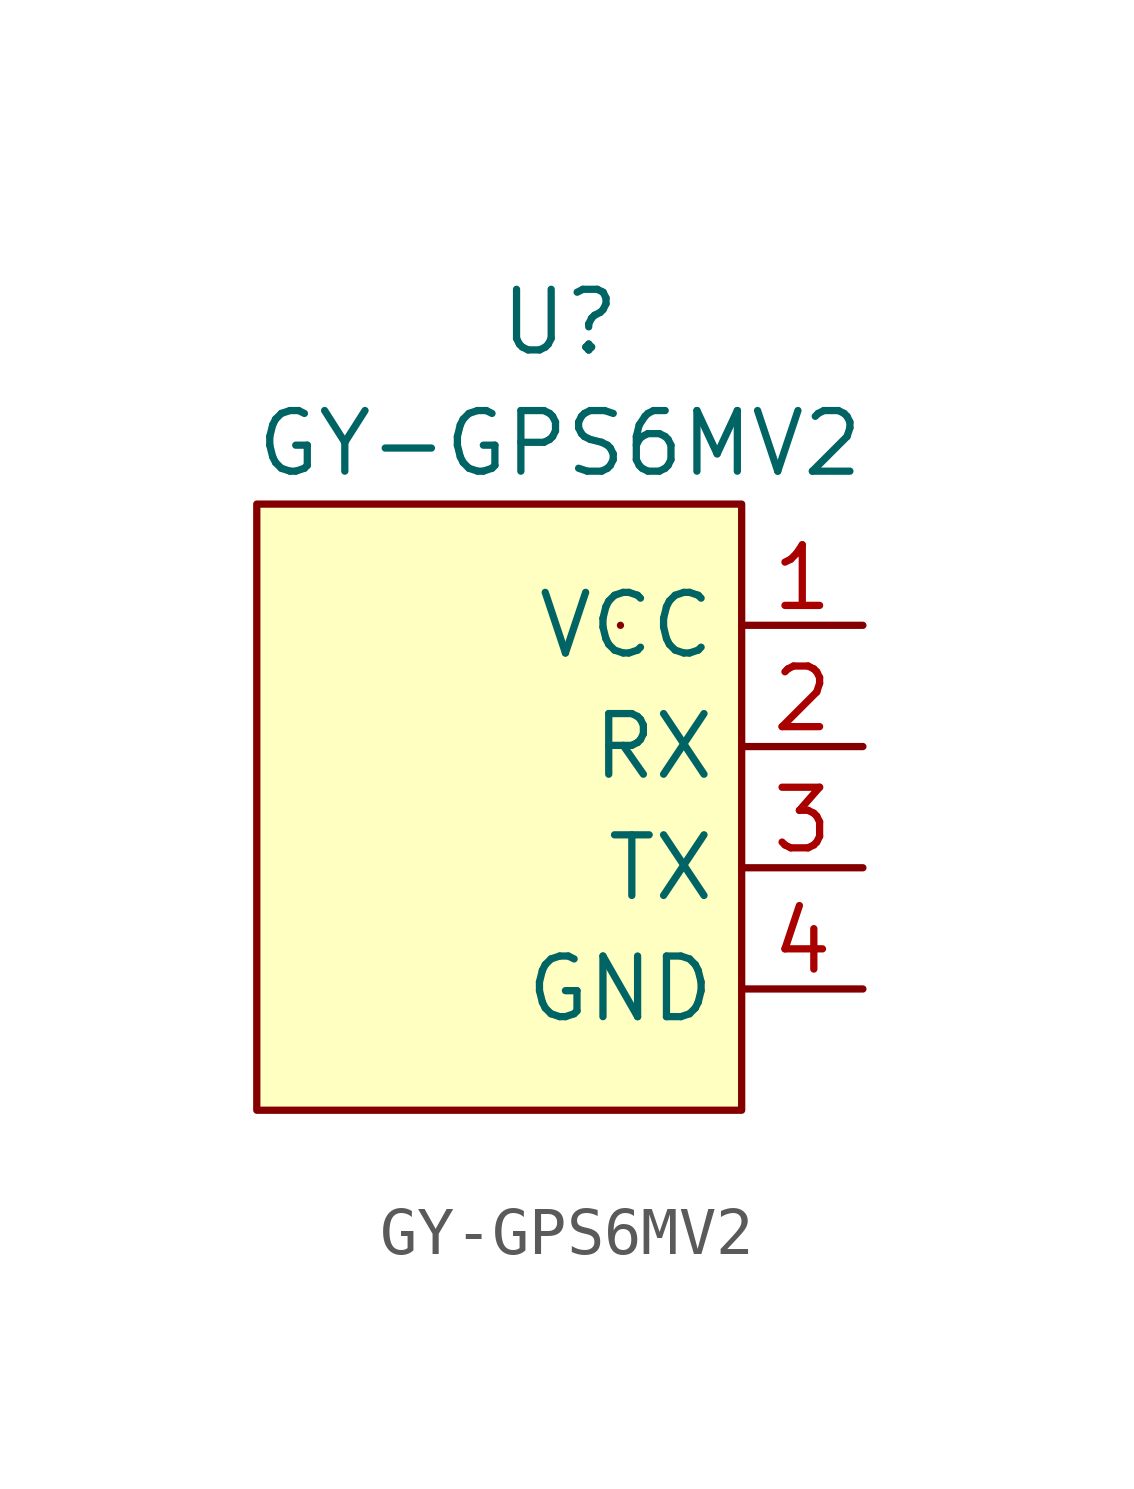
<source format=kicad_sym>
(kicad_symbol_lib
  (version 20211014)
  (generator kicad_symbol_editor)
  (symbol "GY-GPS6MV2"
    (property "Reference" "U"
      (at 0 16.51 0)
      (effects (font (size 1.27 1.27))))
    (property "Value" "GY-GPS6MV2"
      (at 0 13.97 0)
      (effects (font (size 1.27 1.27))))
    (symbol "GY-GPS6MV2_0_1"
      (rectangle (start 1.27 10.16) (end 1.27 10.16) (stroke (width 0) (type default) (color 0 0 0 0)) (fill (type none)))
      (rectangle (start 3.81 12.7) (end -6.35 0) (stroke (width 0) (type default) (color 0 0 0 0)) (fill (type background))))
    (symbol "GY-GPS6MV2_1_1"
      (pin power_in line (at 6.35 10.16 180) (length 2.54) (name "VCC" (effects (font (size 1.27 1.27)))) (number "1" (effects (font (size 1.27 1.27)))))
      (pin input line (at 6.35 7.62 180) (length 2.54) (name "RX" (effects (font (size 1.27 1.27)))) (number "2" (effects (font (size 1.27 1.27)))))
      (pin input line (at 6.35 5.08 180) (length 2.54) (name "TX" (effects (font (size 1.27 1.27)))) (number "3" (effects (font (size 1.27 1.27)))))
      (pin power_in line (at 6.35 2.54 180) (length 2.54) (name "GND" (effects (font (size 1.27 1.27)))) (number "4" (effects (font (size 1.27 1.27))))))))
</source>
